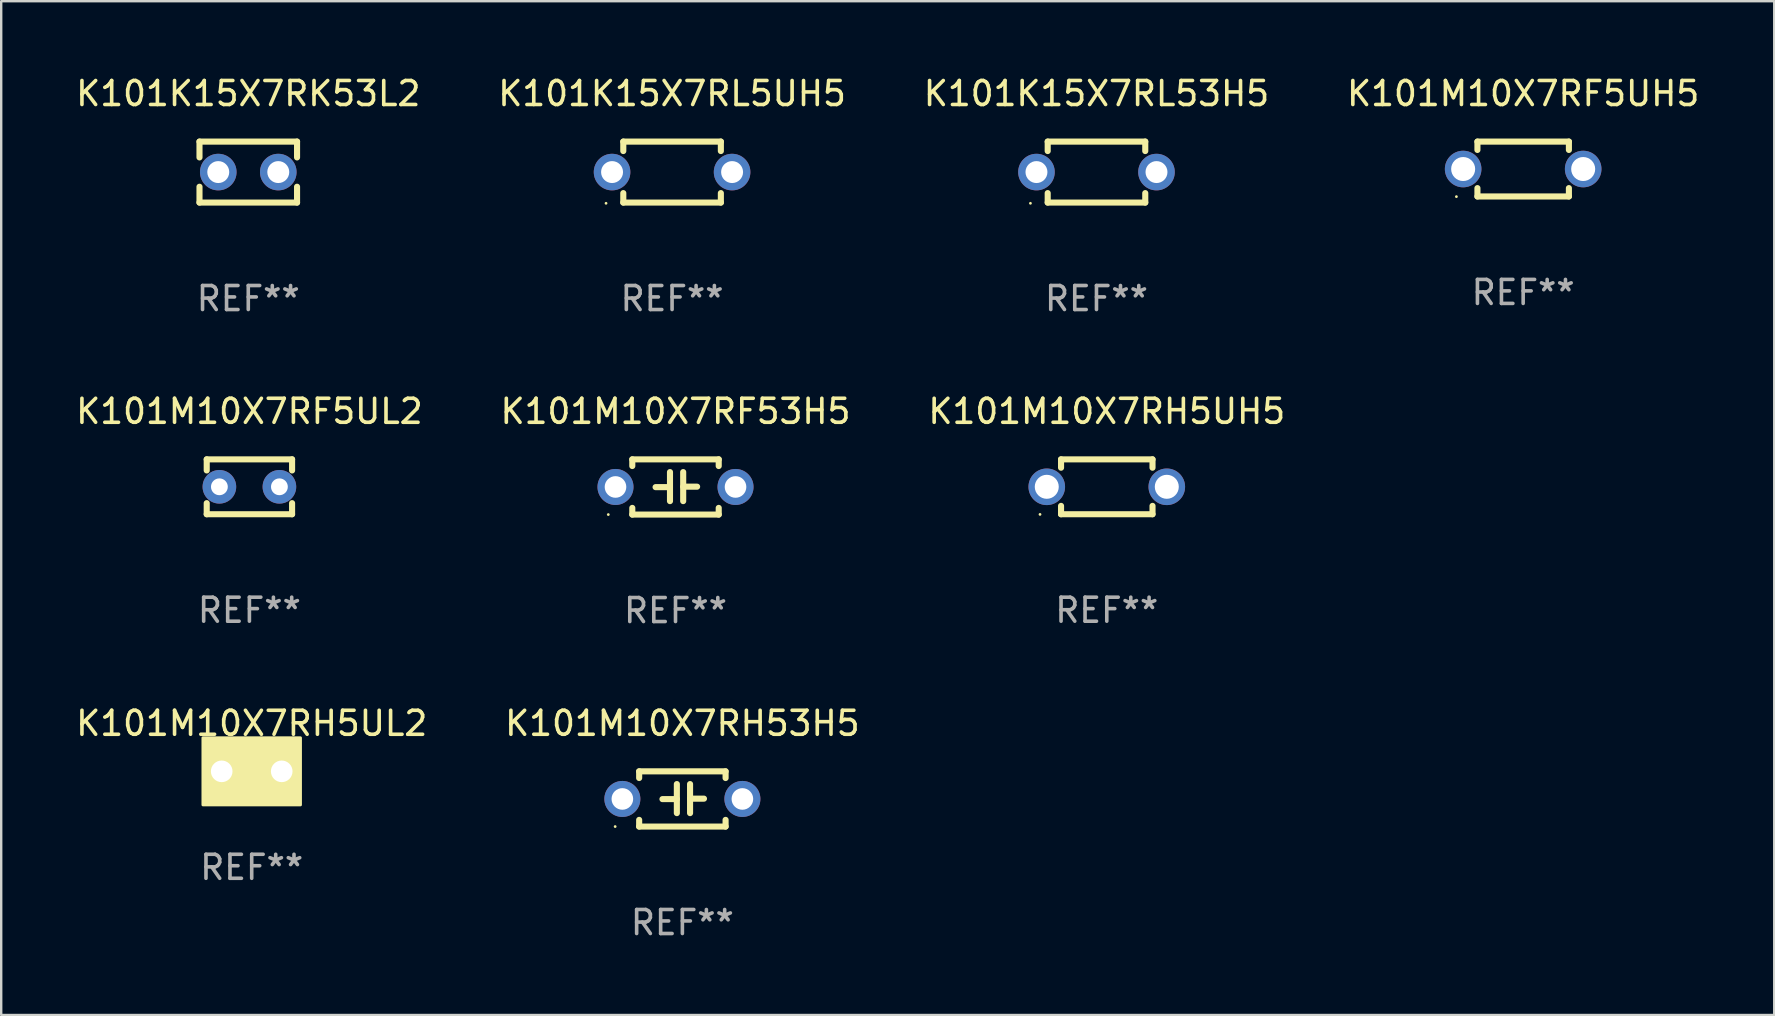
<source format=kicad_pcb>
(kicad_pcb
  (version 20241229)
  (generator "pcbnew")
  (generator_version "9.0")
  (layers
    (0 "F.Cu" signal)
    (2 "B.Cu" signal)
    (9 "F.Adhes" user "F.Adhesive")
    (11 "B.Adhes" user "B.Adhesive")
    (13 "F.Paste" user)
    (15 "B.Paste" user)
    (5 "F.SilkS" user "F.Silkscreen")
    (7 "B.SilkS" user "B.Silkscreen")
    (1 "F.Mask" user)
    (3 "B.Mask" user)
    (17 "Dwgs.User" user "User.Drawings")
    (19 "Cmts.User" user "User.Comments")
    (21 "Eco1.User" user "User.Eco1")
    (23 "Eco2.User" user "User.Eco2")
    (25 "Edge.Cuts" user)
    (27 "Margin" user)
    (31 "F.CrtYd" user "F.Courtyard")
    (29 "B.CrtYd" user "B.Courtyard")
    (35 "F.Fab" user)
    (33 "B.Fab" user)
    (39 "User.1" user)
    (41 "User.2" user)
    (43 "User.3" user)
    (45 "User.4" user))
  (footprint "K101M10X7RH53H5"
    (layer "F.Cu")
    (at 25.375 30.231)
    (property "Reference" "K101M10X7RH53H5" (at 0 -3.15 0) (layer "F.SilkS") (effects (font (size 1 1) (thickness 0.15))))
    (attr through_hole)
    (fp_line (start -1.8 -1.15) (end -1.8 -0.872) (stroke (width 0.254) (type solid)) (layer "F.SilkS"))
    (fp_line (start -1.8 -1.15) (end 1.8 -1.15) (stroke (width 0.254) (type solid)) (layer "F.SilkS"))
    (fp_line (start -1.8 0.872) (end -1.8 1.15) (stroke (width 0.254) (type solid)) (layer "F.SilkS"))
    (fp_line (start -1.8 1.15) (end 1.8 1.15) (stroke (width 0.254) (type solid)) (layer "F.SilkS"))
    (fp_line (start -0.23 -0.62) (end -0.23 0.59) (stroke (width 0.254) (type solid)) (layer "F.SilkS"))
    (fp_line (start -0.23 0.007) (end -0.83 0.007) (stroke (width 0.254) (type solid)) (layer "F.SilkS"))
    (fp_line (start 0.32 -0.62) (end 0.32 0.59) (stroke (width 0.254) (type solid)) (layer "F.SilkS"))
    (fp_line (start 0.32 -0.012) (end 0.9 -0.012) (stroke (width 0.254) (type solid)) (layer "F.SilkS"))
    (fp_line (start 1.8 -1.15) (end 1.8 -0.872) (stroke (width 0.254) (type solid)) (layer "F.SilkS"))
    (fp_line (start 1.8 0.872) (end 1.8 1.15) (stroke (width 0.254) (type solid)) (layer "F.SilkS"))
    (fp_circle (center -2.8 1.15) (end -2.77 1.15) (stroke (width 0.06) (type solid)) (fill no) (layer "F.SilkS"))
    (fp_text user "REF**" (at 0 5.15 0) (layer "F.Fab") (effects (font (size 1 1) (thickness 0.15))))
    (pad "1" thru_hole circle (at -2.5 0) (size 1.5 1.5) (drill 0.9) (layers "*.Cu" "*.Mask"))
    (pad "2" thru_hole circle (at 2.5 0) (size 1.5 1.5) (drill 0.9) (layers "*.Cu" "*.Mask")))
  (footprint "K101K15X7RL5UH5"
    (layer "F.Cu")
    (at 24.946 4.118)
    (property "Reference" "K101K15X7RL5UH5" (at 0 -3.27 0) (layer "F.SilkS") (effects (font (size 1 1) (thickness 0.15))))
    (attr through_hole)
    (fp_line (start -2.032 -1.27) (end -2.032 -0.876) (stroke (width 0.254) (type solid)) (layer "F.SilkS"))
    (fp_line (start -2.032 0.876) (end -2.032 1.27) (stroke (width 0.254) (type solid)) (layer "F.SilkS"))
    (fp_line (start -2.032 1.27) (end 2.032 1.27) (stroke (width 0.254) (type solid)) (layer "F.SilkS"))
    (fp_line (start 2.032 -1.27) (end -2.032 -1.27) (stroke (width 0.254) (type solid)) (layer "F.SilkS"))
    (fp_line (start 2.032 -0.876) (end 2.032 -1.27) (stroke (width 0.254) (type solid)) (layer "F.SilkS"))
    (fp_line (start 2.032 1.27) (end 2.032 0.876) (stroke (width 0.254) (type solid)) (layer "F.SilkS"))
    (fp_circle (center -2.751 1.3) (end -2.721 1.3) (stroke (width 0.06) (type solid)) (fill no) (layer "F.SilkS"))
    (fp_text user "REF**" (at 0 5.27 0) (layer "F.Fab") (effects (font (size 1 1) (thickness 0.15))))
    (pad "1" thru_hole circle (at -2.5 0) (size 1.524 1.524) (drill 0.914) (layers "*.Cu" "*.Mask"))
    (pad "2" thru_hole circle (at 2.5 0) (size 1.524 1.524) (drill 0.914) (layers "*.Cu" "*.Mask")))
  (footprint "K101M10X7RF53H5"
    (layer "F.Cu")
    (at 25.089 17.235)
    (property "Reference" "K101M10X7RF53H5" (at 0 -3.15 0) (layer "F.SilkS") (effects (font (size 1 1) (thickness 0.15))))
    (attr through_hole)
    (fp_line (start -1.8 -1.15) (end -1.8 -0.872) (stroke (width 0.254) (type solid)) (layer "F.SilkS"))
    (fp_line (start -1.8 -1.15) (end 1.8 -1.15) (stroke (width 0.254) (type solid)) (layer "F.SilkS"))
    (fp_line (start -1.8 0.872) (end -1.8 1.15) (stroke (width 0.254) (type solid)) (layer "F.SilkS"))
    (fp_line (start -1.8 1.15) (end 1.8 1.15) (stroke (width 0.254) (type solid)) (layer "F.SilkS"))
    (fp_line (start -0.23 -0.62) (end -0.23 0.59) (stroke (width 0.254) (type solid)) (layer "F.SilkS"))
    (fp_line (start -0.23 0.007) (end -0.83 0.007) (stroke (width 0.254) (type solid)) (layer "F.SilkS"))
    (fp_line (start 0.32 -0.62) (end 0.32 0.59) (stroke (width 0.254) (type solid)) (layer "F.SilkS"))
    (fp_line (start 0.32 -0.012) (end 0.9 -0.012) (stroke (width 0.254) (type solid)) (layer "F.SilkS"))
    (fp_line (start 1.8 -1.15) (end 1.8 -0.872) (stroke (width 0.254) (type solid)) (layer "F.SilkS"))
    (fp_line (start 1.8 0.872) (end 1.8 1.15) (stroke (width 0.254) (type solid)) (layer "F.SilkS"))
    (fp_circle (center -2.8 1.15) (end -2.77 1.15) (stroke (width 0.06) (type solid)) (fill no) (layer "F.SilkS"))
    (fp_text user "REF**" (at 0 5.15 0) (layer "F.Fab") (effects (font (size 1 1) (thickness 0.15))))
    (pad "1" thru_hole circle (at -2.5 0) (size 1.5 1.5) (drill 0.9) (layers "*.Cu" "*.Mask"))
    (pad "2" thru_hole circle (at 2.5 0) (size 1.5 1.5) (drill 0.9) (layers "*.Cu" "*.Mask")))
  (footprint "K101K15X7RK53L2"
    (layer "F.Cu")
    (at 7.292 4.118)
    (property "Reference" "K101K15X7RK53L2" (at 0 -3.27 0) (layer "F.SilkS") (effects (font (size 1 1) (thickness 0.15))))
    (attr through_hole)
    (fp_line (start -2.032 -1.27) (end -2.032 -0.611) (stroke (width 0.254) (type solid)) (layer "F.SilkS"))
    (fp_line (start -2.032 0.611) (end -2.032 1.27) (stroke (width 0.254) (type solid)) (layer "F.SilkS"))
    (fp_line (start -2.032 1.27) (end 2.032 1.27) (stroke (width 0.254) (type solid)) (layer "F.SilkS"))
    (fp_line (start 2.032 -1.27) (end -2.032 -1.27) (stroke (width 0.254) (type solid)) (layer "F.SilkS"))
    (fp_line (start 2.032 -0.611) (end 2.032 -1.27) (stroke (width 0.254) (type solid)) (layer "F.SilkS"))
    (fp_line (start 2.032 1.27) (end 2.032 0.611) (stroke (width 0.254) (type solid)) (layer "F.SilkS"))
    (fp_circle (center -2 1.3) (end -1.97 1.3) (stroke (width 0.06) (type solid)) (fill no) (layer "F.SilkS"))
    (fp_text user "REF**" (at 0 5.27 0) (layer "F.Fab") (effects (font (size 1 1) (thickness 0.15))))
    (pad "1" thru_hole circle (at -1.25 0) (size 1.524 1.524) (drill 0.914) (layers "*.Cu" "*.Mask"))
    (pad "2" thru_hole circle (at 1.25 0) (size 1.524 1.524) (drill 0.914) (layers "*.Cu" "*.Mask")))
  (footprint "K101M10X7RF5UH5"
    (layer "F.Cu")
    (at 60.399 3.991)
    (property "Reference" "K101M10X7RF5UH5" (at 0 -3.143 0) (layer "F.SilkS") (effects (font (size 1 1) (thickness 0.15))))
    (attr through_hole)
    (fp_line (start -1.905 -1.143) (end 1.905 -1.143) (stroke (width 0.254) (type solid)) (layer "F.SilkS"))
    (fp_line (start -1.905 -0.795) (end -1.905 -1.143) (stroke (width 0.254) (type solid)) (layer "F.SilkS"))
    (fp_line (start -1.905 1.143) (end -1.905 0.795) (stroke (width 0.254) (type solid)) (layer "F.SilkS"))
    (fp_line (start 1.905 -1.143) (end 1.905 -0.795) (stroke (width 0.254) (type solid)) (layer "F.SilkS"))
    (fp_line (start 1.905 0.795) (end 1.905 1.143) (stroke (width 0.254) (type solid)) (layer "F.SilkS"))
    (fp_line (start 1.905 1.143) (end -1.905 1.143) (stroke (width 0.254) (type solid)) (layer "F.SilkS"))
    (fp_circle (center -2.781 1.15) (end -2.751 1.15) (stroke (width 0.06) (type solid)) (fill no) (layer "F.SilkS"))
    (fp_text user "REF**" (at 0 5.143 0) (layer "F.Fab") (effects (font (size 1 1) (thickness 0.15))))
    (pad "1" thru_hole circle (at -2.5 0) (size 1.524 1.524) (drill 1) (layers "*.Cu" "*.Mask"))
    (pad "2" thru_hole circle (at 2.5 0) (size 1.524 1.524) (drill 1) (layers "*.Cu" "*.Mask")))
  (footprint "K101K15X7RL53H5"
    (layer "F.Cu")
    (at 42.625 4.118)
    (property "Reference" "K101K15X7RL53H5" (at 0 -3.27 0) (layer "F.SilkS") (effects (font (size 1 1) (thickness 0.15))))
    (attr through_hole)
    (fp_line (start -2.032 -1.27) (end -2.032 -0.876) (stroke (width 0.254) (type solid)) (layer "F.SilkS"))
    (fp_line (start -2.032 0.876) (end -2.032 1.27) (stroke (width 0.254) (type solid)) (layer "F.SilkS"))
    (fp_line (start -2.032 1.27) (end 2.032 1.27) (stroke (width 0.254) (type solid)) (layer "F.SilkS"))
    (fp_line (start 2.032 -1.27) (end -2.032 -1.27) (stroke (width 0.254) (type solid)) (layer "F.SilkS"))
    (fp_line (start 2.032 -0.876) (end 2.032 -1.27) (stroke (width 0.254) (type solid)) (layer "F.SilkS"))
    (fp_line (start 2.032 1.27) (end 2.032 0.876) (stroke (width 0.254) (type solid)) (layer "F.SilkS"))
    (fp_circle (center -2.751 1.3) (end -2.721 1.3) (stroke (width 0.06) (type solid)) (fill no) (layer "F.SilkS"))
    (fp_text user "REF**" (at 0 5.27 0) (layer "F.Fab") (effects (font (size 1 1) (thickness 0.15))))
    (pad "1" thru_hole circle (at -2.5 0) (size 1.524 1.524) (drill 0.914) (layers "*.Cu" "*.Mask"))
    (pad "2" thru_hole circle (at 2.5 0) (size 1.524 1.524) (drill 0.914) (layers "*.Cu" "*.Mask")))
  (footprint "K101M10X7RH5UL2"
    (layer "F.Cu")
    (at 7.435 29.081)
    (property "Reference" "K101M10X7RH5UL2" (at 0 -2 0) (layer "F.SilkS") (effects (font (size 1 1) (thickness 0.15))))
    (attr through_hole)
    (fp_circle (center -1.8 1.15) (end -1.77 1.15) (stroke (width 0.06) (type solid)) (fill no) (layer "F.SilkS"))
    (fp_poly (pts (xy -2.032 -1.397) (xy 2.032 -1.397) (xy 2.032 1.397) (xy -2.032 1.397)) (stroke (width 0.12) (type solid)) (fill yes) (layer "F.SilkS"))
    (fp_text user "REF**" (at 0 4 0) (layer "F.Fab") (effects (font (size 1 1) (thickness 0.15))))
    (pad "1" thru_hole circle (at -1.25 0) (size 1.5 1.5) (drill 0.9) (layers "*.Cu" "*.Mask"))
    (pad "2" thru_hole circle (at 1.25 0) (size 1.5 1.5) (drill 0.9) (layers "*.Cu" "*.Mask")))
  (footprint "K101M10X7RF5UL2"
    (layer "F.Cu")
    (at 7.339 17.228)
    (property "Reference" "K101M10X7RF5UL2" (at 0 -3.143 0) (layer "F.SilkS") (effects (font (size 1 1) (thickness 0.15))))
    (attr through_hole)
    (fp_line (start -1.778 -1.143) (end 1.778 -1.143) (stroke (width 0.254) (type solid)) (layer "F.SilkS"))
    (fp_line (start -1.778 -0.681) (end -1.778 -1.143) (stroke (width 0.254) (type solid)) (layer "F.SilkS"))
    (fp_line (start -1.778 1.143) (end -1.778 0.681) (stroke (width 0.254) (type solid)) (layer "F.SilkS"))
    (fp_line (start 1.778 -1.143) (end 1.778 -0.681) (stroke (width 0.254) (type solid)) (layer "F.SilkS"))
    (fp_line (start 1.778 0.681) (end 1.778 1.143) (stroke (width 0.254) (type solid)) (layer "F.SilkS"))
    (fp_line (start 1.778 1.143) (end -1.778 1.143) (stroke (width 0.254) (type solid)) (layer "F.SilkS"))
    (fp_circle (center -1.8 1.15) (end -1.77 1.15) (stroke (width 0.06) (type solid)) (fill no) (layer "F.SilkS"))
    (fp_text user "REF**" (at 0 5.143 0) (layer "F.Fab") (effects (font (size 1 1) (thickness 0.15))))
    (pad "1" thru_hole circle (at -1.25 0) (size 1.4 1.4) (drill 0.7) (layers "*.Cu" "*.Mask"))
    (pad "2" thru_hole circle (at 1.25 0) (size 1.4 1.4) (drill 0.7) (layers "*.Cu" "*.Mask")))
  (footprint "K101M10X7RH5UH5"
    (layer "F.Cu")
    (at 43.054 17.228)
    (property "Reference" "K101M10X7RH5UH5" (at 0 -3.143 0) (layer "F.SilkS") (effects (font (size 1 1) (thickness 0.15))))
    (attr through_hole)
    (fp_line (start -1.905 -1.143) (end 1.905 -1.143) (stroke (width 0.254) (type solid)) (layer "F.SilkS"))
    (fp_line (start -1.905 -0.795) (end -1.905 -1.143) (stroke (width 0.254) (type solid)) (layer "F.SilkS"))
    (fp_line (start -1.905 1.143) (end -1.905 0.795) (stroke (width 0.254) (type solid)) (layer "F.SilkS"))
    (fp_line (start 1.905 -1.143) (end 1.905 -0.795) (stroke (width 0.254) (type solid)) (layer "F.SilkS"))
    (fp_line (start 1.905 0.795) (end 1.905 1.143) (stroke (width 0.254) (type solid)) (layer "F.SilkS"))
    (fp_line (start 1.905 1.143) (end -1.905 1.143) (stroke (width 0.254) (type solid)) (layer "F.SilkS"))
    (fp_circle (center -2.781 1.15) (end -2.751 1.15) (stroke (width 0.06) (type solid)) (fill no) (layer "F.SilkS"))
    (fp_text user "REF**" (at 0 5.143 0) (layer "F.Fab") (effects (font (size 1 1) (thickness 0.15))))
    (pad "1" thru_hole circle (at -2.5 0) (size 1.524 1.524) (drill 1) (layers "*.Cu" "*.Mask"))
    (pad "2" thru_hole circle (at 2.5 0) (size 1.524 1.524) (drill 1) (layers "*.Cu" "*.Mask")))
  (gr_rect
    (start -3 -3)
    (end 70.857 39.23)
    (stroke (width 0.1) (type default))
    (fill no)
    (layer "Edge.Cuts")))
</source>
